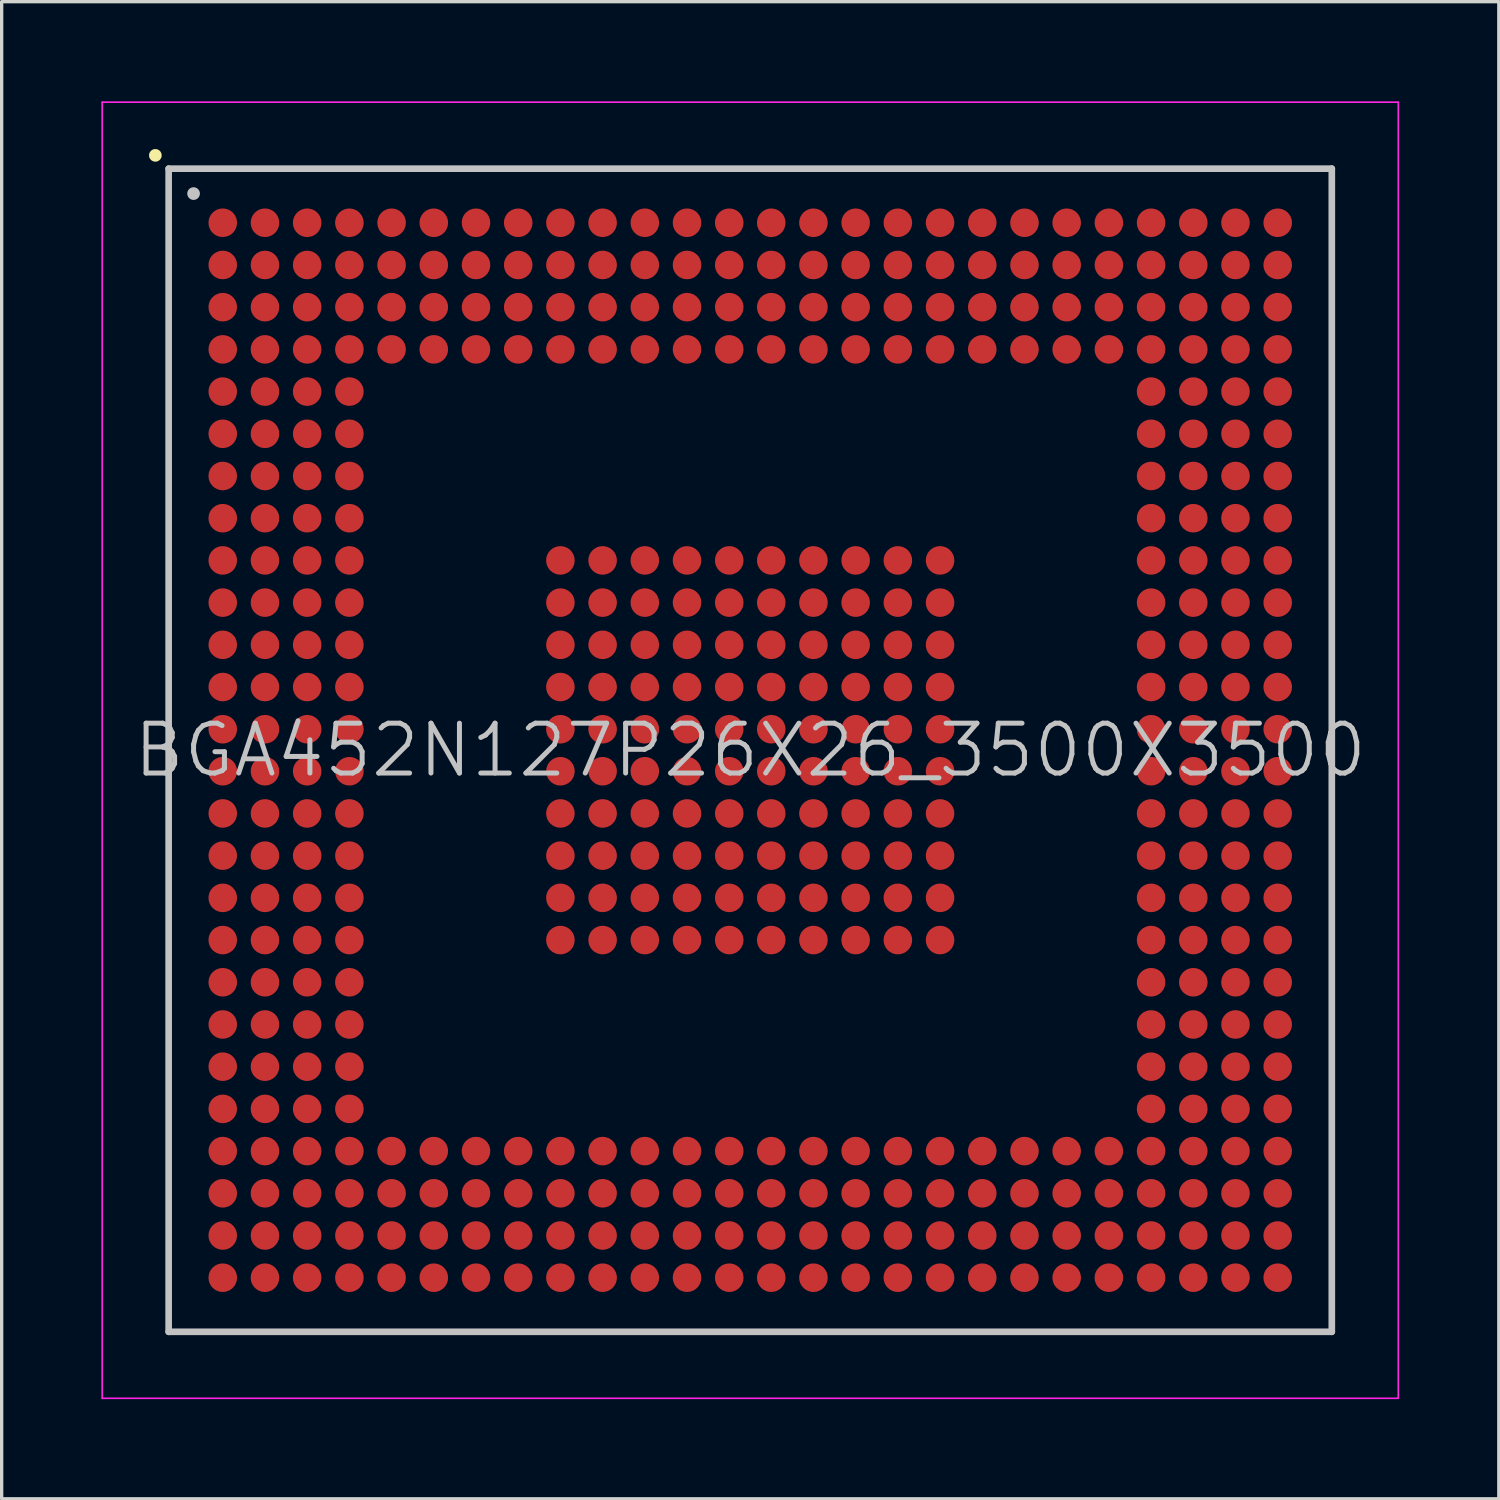
<source format=kicad_pcb>
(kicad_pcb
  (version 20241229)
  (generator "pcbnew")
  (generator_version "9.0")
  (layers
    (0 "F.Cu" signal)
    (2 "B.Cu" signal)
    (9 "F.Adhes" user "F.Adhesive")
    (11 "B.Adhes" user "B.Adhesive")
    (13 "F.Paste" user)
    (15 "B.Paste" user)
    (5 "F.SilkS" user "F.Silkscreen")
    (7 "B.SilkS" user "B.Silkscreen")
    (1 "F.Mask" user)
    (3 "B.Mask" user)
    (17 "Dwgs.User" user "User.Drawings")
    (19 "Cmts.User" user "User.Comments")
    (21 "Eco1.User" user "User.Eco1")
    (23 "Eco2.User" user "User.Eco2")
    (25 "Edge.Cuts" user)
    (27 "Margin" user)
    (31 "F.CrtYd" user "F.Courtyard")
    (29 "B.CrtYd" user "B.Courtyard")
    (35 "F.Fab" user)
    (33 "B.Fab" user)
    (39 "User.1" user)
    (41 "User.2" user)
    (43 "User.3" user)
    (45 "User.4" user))
  (footprint "BGA452N127P26X26_3500X3500"
    (layer "F.Cu")
    (at 19.525 19.525)
    (property "Reference" "BGA452N127P26X26_3500X3500" (at 0 0 0) (layer "Dwgs.User") (effects (font (size 1.5 1.5) (thickness 0.15))))
    (attr smd)
    (fp_line (start -17.9 -17.9) (end -17.9 -17.9) (stroke (width 0.381) (type solid)) (layer "F.SilkS"))
    (fp_line (start -17.5 -17.5) (end -17.5 17.5) (stroke (width 0.2) (type solid)) (layer "Dwgs.User"))
    (fp_line (start -17.5 -17.5) (end 17.5 -17.5) (stroke (width 0.2) (type solid)) (layer "Dwgs.User"))
    (fp_line (start -17.5 17.5) (end 17.5 17.5) (stroke (width 0.2) (type solid)) (layer "Dwgs.User"))
    (fp_line (start -16.75 -16.75) (end -16.75 -16.75) (stroke (width 0.381) (type solid)) (layer "Dwgs.User"))
    (fp_line (start 17.5 -17.5) (end 17.5 17.5) (stroke (width 0.2) (type solid)) (layer "Dwgs.User"))
    (fp_line (start -19.5 -19.5) (end -19.5 19.5) (stroke (width 0.05) (type solid)) (layer "F.CrtYd"))
    (fp_line (start -19.5 -19.5) (end 19.5 -19.5) (stroke (width 0.05) (type solid)) (layer "F.CrtYd"))
    (fp_line (start -19.5 19.5) (end 19.5 19.5) (stroke (width 0.05) (type solid)) (layer "F.CrtYd"))
    (fp_line (start 19.5 -19.5) (end 19.5 19.5) (stroke (width 0.05) (type solid)) (layer "F.CrtYd"))
    (pad "A1" smd circle (at -15.872 -15.872 270) (size 0.86 0.86) (layers "F.Cu" "F.Mask" "F.Paste"))
    (pad "A2" smd circle (at -14.602 -15.872 270) (size 0.86 0.86) (layers "F.Cu" "F.Mask" "F.Paste"))
    (pad "A3" smd circle (at -13.332 -15.872 270) (size 0.86 0.86) (layers "F.Cu" "F.Mask" "F.Paste"))
    (pad "A4" smd circle (at -12.062 -15.872 270) (size 0.86 0.86) (layers "F.Cu" "F.Mask" "F.Paste"))
    (pad "A5" smd circle (at -10.792 -15.872 270) (size 0.86 0.86) (layers "F.Cu" "F.Mask" "F.Paste"))
    (pad "A6" smd circle (at -9.522 -15.872 270) (size 0.86 0.86) (layers "F.Cu" "F.Mask" "F.Paste"))
    (pad "A7" smd circle (at -8.252 -15.872 270) (size 0.86 0.86) (layers "F.Cu" "F.Mask" "F.Paste"))
    (pad "A8" smd circle (at -6.982 -15.872 270) (size 0.86 0.86) (layers "F.Cu" "F.Mask" "F.Paste"))
    (pad "A9" smd circle (at -5.712 -15.872 270) (size 0.86 0.86) (layers "F.Cu" "F.Mask" "F.Paste"))
    (pad "A10" smd circle (at -4.442 -15.872 270) (size 0.86 0.86) (layers "F.Cu" "F.Mask" "F.Paste"))
    (pad "A11" smd circle (at -3.172 -15.872 270) (size 0.86 0.86) (layers "F.Cu" "F.Mask" "F.Paste"))
    (pad "A12" smd circle (at -1.902 -15.872 270) (size 0.86 0.86) (layers "F.Cu" "F.Mask" "F.Paste"))
    (pad "A13" smd circle (at -0.632 -15.872 270) (size 0.86 0.86) (layers "F.Cu" "F.Mask" "F.Paste"))
    (pad "A14" smd circle (at 0.632 -15.872 270) (size 0.86 0.86) (layers "F.Cu" "F.Mask" "F.Paste"))
    (pad "A15" smd circle (at 1.902 -15.872 270) (size 0.86 0.86) (layers "F.Cu" "F.Mask" "F.Paste"))
    (pad "A16" smd circle (at 3.172 -15.872 270) (size 0.86 0.86) (layers "F.Cu" "F.Mask" "F.Paste"))
    (pad "A17" smd circle (at 4.442 -15.872 270) (size 0.86 0.86) (layers "F.Cu" "F.Mask" "F.Paste"))
    (pad "A18" smd circle (at 5.712 -15.872 270) (size 0.86 0.86) (layers "F.Cu" "F.Mask" "F.Paste"))
    (pad "A19" smd circle (at 6.982 -15.872 270) (size 0.86 0.86) (layers "F.Cu" "F.Mask" "F.Paste"))
    (pad "A20" smd circle (at 8.252 -15.872 270) (size 0.86 0.86) (layers "F.Cu" "F.Mask" "F.Paste"))
    (pad "A21" smd circle (at 9.522 -15.872 270) (size 0.86 0.86) (layers "F.Cu" "F.Mask" "F.Paste"))
    (pad "A22" smd circle (at 10.792 -15.872 270) (size 0.86 0.86) (layers "F.Cu" "F.Mask" "F.Paste"))
    (pad "A23" smd circle (at 12.062 -15.872 270) (size 0.86 0.86) (layers "F.Cu" "F.Mask" "F.Paste"))
    (pad "A24" smd circle (at 13.332 -15.872 270) (size 0.86 0.86) (layers "F.Cu" "F.Mask" "F.Paste"))
    (pad "A25" smd circle (at 14.602 -15.872 270) (size 0.86 0.86) (layers "F.Cu" "F.Mask" "F.Paste"))
    (pad "A26" smd circle (at 15.872 -15.872 270) (size 0.86 0.86) (layers "F.Cu" "F.Mask" "F.Paste"))
    (pad "AA1" smd circle (at -15.872 9.522 270) (size 0.86 0.86) (layers "F.Cu" "F.Mask" "F.Paste"))
    (pad "AA2" smd circle (at -14.602 9.522 270) (size 0.86 0.86) (layers "F.Cu" "F.Mask" "F.Paste"))
    (pad "AA3" smd circle (at -13.332 9.522 270) (size 0.86 0.86) (layers "F.Cu" "F.Mask" "F.Paste"))
    (pad "AA4" smd circle (at -12.062 9.522 270) (size 0.86 0.86) (layers "F.Cu" "F.Mask" "F.Paste"))
    (pad "AA23" smd circle (at 12.062 9.522 270) (size 0.86 0.86) (layers "F.Cu" "F.Mask" "F.Paste"))
    (pad "AA24" smd circle (at 13.332 9.522 270) (size 0.86 0.86) (layers "F.Cu" "F.Mask" "F.Paste"))
    (pad "AA25" smd circle (at 14.602 9.522 270) (size 0.86 0.86) (layers "F.Cu" "F.Mask" "F.Paste"))
    (pad "AA26" smd circle (at 15.872 9.522 270) (size 0.86 0.86) (layers "F.Cu" "F.Mask" "F.Paste"))
    (pad "AB1" smd circle (at -15.872 10.792 270) (size 0.86 0.86) (layers "F.Cu" "F.Mask" "F.Paste"))
    (pad "AB2" smd circle (at -14.602 10.792 270) (size 0.86 0.86) (layers "F.Cu" "F.Mask" "F.Paste"))
    (pad "AB3" smd circle (at -13.332 10.792 270) (size 0.86 0.86) (layers "F.Cu" "F.Mask" "F.Paste"))
    (pad "AB4" smd circle (at -12.062 10.792 270) (size 0.86 0.86) (layers "F.Cu" "F.Mask" "F.Paste"))
    (pad "AB23" smd circle (at 12.062 10.792 270) (size 0.86 0.86) (layers "F.Cu" "F.Mask" "F.Paste"))
    (pad "AB24" smd circle (at 13.332 10.792 270) (size 0.86 0.86) (layers "F.Cu" "F.Mask" "F.Paste"))
    (pad "AB25" smd circle (at 14.602 10.792 270) (size 0.86 0.86) (layers "F.Cu" "F.Mask" "F.Paste"))
    (pad "AB26" smd circle (at 15.872 10.792 270) (size 0.86 0.86) (layers "F.Cu" "F.Mask" "F.Paste"))
    (pad "AC1" smd circle (at -15.872 12.062 270) (size 0.86 0.86) (layers "F.Cu" "F.Mask" "F.Paste"))
    (pad "AC2" smd circle (at -14.602 12.062 270) (size 0.86 0.86) (layers "F.Cu" "F.Mask" "F.Paste"))
    (pad "AC3" smd circle (at -13.332 12.062 270) (size 0.86 0.86) (layers "F.Cu" "F.Mask" "F.Paste"))
    (pad "AC4" smd circle (at -12.062 12.062 270) (size 0.86 0.86) (layers "F.Cu" "F.Mask" "F.Paste"))
    (pad "AC5" smd circle (at -10.792 12.062 270) (size 0.86 0.86) (layers "F.Cu" "F.Mask" "F.Paste"))
    (pad "AC6" smd circle (at -9.522 12.062 270) (size 0.86 0.86) (layers "F.Cu" "F.Mask" "F.Paste"))
    (pad "AC7" smd circle (at -8.252 12.062 270) (size 0.86 0.86) (layers "F.Cu" "F.Mask" "F.Paste"))
    (pad "AC8" smd circle (at -6.982 12.062 270) (size 0.86 0.86) (layers "F.Cu" "F.Mask" "F.Paste"))
    (pad "AC9" smd circle (at -5.712 12.062 270) (size 0.86 0.86) (layers "F.Cu" "F.Mask" "F.Paste"))
    (pad "AC10" smd circle (at -4.442 12.062 270) (size 0.86 0.86) (layers "F.Cu" "F.Mask" "F.Paste"))
    (pad "AC11" smd circle (at -3.172 12.062 270) (size 0.86 0.86) (layers "F.Cu" "F.Mask" "F.Paste"))
    (pad "AC12" smd circle (at -1.902 12.062 270) (size 0.86 0.86) (layers "F.Cu" "F.Mask" "F.Paste"))
    (pad "AC13" smd circle (at -0.632 12.062 270) (size 0.86 0.86) (layers "F.Cu" "F.Mask" "F.Paste"))
    (pad "AC14" smd circle (at 0.632 12.062 270) (size 0.86 0.86) (layers "F.Cu" "F.Mask" "F.Paste"))
    (pad "AC15" smd circle (at 1.902 12.062 270) (size 0.86 0.86) (layers "F.Cu" "F.Mask" "F.Paste"))
    (pad "AC16" smd circle (at 3.172 12.062 270) (size 0.86 0.86) (layers "F.Cu" "F.Mask" "F.Paste"))
    (pad "AC17" smd circle (at 4.442 12.062 270) (size 0.86 0.86) (layers "F.Cu" "F.Mask" "F.Paste"))
    (pad "AC18" smd circle (at 5.712 12.062 270) (size 0.86 0.86) (layers "F.Cu" "F.Mask" "F.Paste"))
    (pad "AC19" smd circle (at 6.982 12.062 270) (size 0.86 0.86) (layers "F.Cu" "F.Mask" "F.Paste"))
    (pad "AC20" smd circle (at 8.252 12.062 270) (size 0.86 0.86) (layers "F.Cu" "F.Mask" "F.Paste"))
    (pad "AC21" smd circle (at 9.522 12.062 270) (size 0.86 0.86) (layers "F.Cu" "F.Mask" "F.Paste"))
    (pad "AC22" smd circle (at 10.792 12.062 270) (size 0.86 0.86) (layers "F.Cu" "F.Mask" "F.Paste"))
    (pad "AC23" smd circle (at 12.062 12.062 270) (size 0.86 0.86) (layers "F.Cu" "F.Mask" "F.Paste"))
    (pad "AC24" smd circle (at 13.332 12.062 270) (size 0.86 0.86) (layers "F.Cu" "F.Mask" "F.Paste"))
    (pad "AC25" smd circle (at 14.602 12.062 270) (size 0.86 0.86) (layers "F.Cu" "F.Mask" "F.Paste"))
    (pad "AC26" smd circle (at 15.872 12.062 270) (size 0.86 0.86) (layers "F.Cu" "F.Mask" "F.Paste"))
    (pad "AD1" smd circle (at -15.872 13.332 270) (size 0.86 0.86) (layers "F.Cu" "F.Mask" "F.Paste"))
    (pad "AD2" smd circle (at -14.602 13.332 270) (size 0.86 0.86) (layers "F.Cu" "F.Mask" "F.Paste"))
    (pad "AD3" smd circle (at -13.332 13.332 270) (size 0.86 0.86) (layers "F.Cu" "F.Mask" "F.Paste"))
    (pad "AD4" smd circle (at -12.062 13.332 270) (size 0.86 0.86) (layers "F.Cu" "F.Mask" "F.Paste"))
    (pad "AD5" smd circle (at -10.792 13.332 270) (size 0.86 0.86) (layers "F.Cu" "F.Mask" "F.Paste"))
    (pad "AD6" smd circle (at -9.522 13.332 270) (size 0.86 0.86) (layers "F.Cu" "F.Mask" "F.Paste"))
    (pad "AD7" smd circle (at -8.252 13.332 270) (size 0.86 0.86) (layers "F.Cu" "F.Mask" "F.Paste"))
    (pad "AD8" smd circle (at -6.982 13.332 270) (size 0.86 0.86) (layers "F.Cu" "F.Mask" "F.Paste"))
    (pad "AD9" smd circle (at -5.712 13.332 270) (size 0.86 0.86) (layers "F.Cu" "F.Mask" "F.Paste"))
    (pad "AD10" smd circle (at -4.442 13.332 270) (size 0.86 0.86) (layers "F.Cu" "F.Mask" "F.Paste"))
    (pad "AD11" smd circle (at -3.172 13.332 270) (size 0.86 0.86) (layers "F.Cu" "F.Mask" "F.Paste"))
    (pad "AD12" smd circle (at -1.902 13.332 270) (size 0.86 0.86) (layers "F.Cu" "F.Mask" "F.Paste"))
    (pad "AD13" smd circle (at -0.632 13.332 270) (size 0.86 0.86) (layers "F.Cu" "F.Mask" "F.Paste"))
    (pad "AD14" smd circle (at 0.632 13.332 270) (size 0.86 0.86) (layers "F.Cu" "F.Mask" "F.Paste"))
    (pad "AD15" smd circle (at 1.902 13.332 270) (size 0.86 0.86) (layers "F.Cu" "F.Mask" "F.Paste"))
    (pad "AD16" smd circle (at 3.172 13.332 270) (size 0.86 0.86) (layers "F.Cu" "F.Mask" "F.Paste"))
    (pad "AD17" smd circle (at 4.442 13.332 270) (size 0.86 0.86) (layers "F.Cu" "F.Mask" "F.Paste"))
    (pad "AD18" smd circle (at 5.712 13.332 270) (size 0.86 0.86) (layers "F.Cu" "F.Mask" "F.Paste"))
    (pad "AD19" smd circle (at 6.982 13.332 270) (size 0.86 0.86) (layers "F.Cu" "F.Mask" "F.Paste"))
    (pad "AD20" smd circle (at 8.252 13.332 270) (size 0.86 0.86) (layers "F.Cu" "F.Mask" "F.Paste"))
    (pad "AD21" smd circle (at 9.522 13.332 270) (size 0.86 0.86) (layers "F.Cu" "F.Mask" "F.Paste"))
    (pad "AD22" smd circle (at 10.792 13.332 270) (size 0.86 0.86) (layers "F.Cu" "F.Mask" "F.Paste"))
    (pad "AD23" smd circle (at 12.062 13.332 270) (size 0.86 0.86) (layers "F.Cu" "F.Mask" "F.Paste"))
    (pad "AD24" smd circle (at 13.332 13.332 270) (size 0.86 0.86) (layers "F.Cu" "F.Mask" "F.Paste"))
    (pad "AD25" smd circle (at 14.602 13.332 270) (size 0.86 0.86) (layers "F.Cu" "F.Mask" "F.Paste"))
    (pad "AD26" smd circle (at 15.872 13.332 270) (size 0.86 0.86) (layers "F.Cu" "F.Mask" "F.Paste"))
    (pad "AE1" smd circle (at -15.872 14.602 270) (size 0.86 0.86) (layers "F.Cu" "F.Mask" "F.Paste"))
    (pad "AE2" smd circle (at -14.602 14.602 270) (size 0.86 0.86) (layers "F.Cu" "F.Mask" "F.Paste"))
    (pad "AE3" smd circle (at -13.332 14.602 270) (size 0.86 0.86) (layers "F.Cu" "F.Mask" "F.Paste"))
    (pad "AE4" smd circle (at -12.062 14.602 270) (size 0.86 0.86) (layers "F.Cu" "F.Mask" "F.Paste"))
    (pad "AE5" smd circle (at -10.792 14.602 270) (size 0.86 0.86) (layers "F.Cu" "F.Mask" "F.Paste"))
    (pad "AE6" smd circle (at -9.522 14.602 270) (size 0.86 0.86) (layers "F.Cu" "F.Mask" "F.Paste"))
    (pad "AE7" smd circle (at -8.252 14.602 270) (size 0.86 0.86) (layers "F.Cu" "F.Mask" "F.Paste"))
    (pad "AE8" smd circle (at -6.982 14.602 270) (size 0.86 0.86) (layers "F.Cu" "F.Mask" "F.Paste"))
    (pad "AE9" smd circle (at -5.712 14.602 270) (size 0.86 0.86) (layers "F.Cu" "F.Mask" "F.Paste"))
    (pad "AE10" smd circle (at -4.442 14.602 270) (size 0.86 0.86) (layers "F.Cu" "F.Mask" "F.Paste"))
    (pad "AE11" smd circle (at -3.172 14.602 270) (size 0.86 0.86) (layers "F.Cu" "F.Mask" "F.Paste"))
    (pad "AE12" smd circle (at -1.902 14.602 270) (size 0.86 0.86) (layers "F.Cu" "F.Mask" "F.Paste"))
    (pad "AE13" smd circle (at -0.632 14.602 270) (size 0.86 0.86) (layers "F.Cu" "F.Mask" "F.Paste"))
    (pad "AE14" smd circle (at 0.632 14.602 270) (size 0.86 0.86) (layers "F.Cu" "F.Mask" "F.Paste"))
    (pad "AE15" smd circle (at 1.902 14.602 270) (size 0.86 0.86) (layers "F.Cu" "F.Mask" "F.Paste"))
    (pad "AE16" smd circle (at 3.172 14.602 270) (size 0.86 0.86) (layers "F.Cu" "F.Mask" "F.Paste"))
    (pad "AE17" smd circle (at 4.442 14.602 270) (size 0.86 0.86) (layers "F.Cu" "F.Mask" "F.Paste"))
    (pad "AE18" smd circle (at 5.712 14.602 270) (size 0.86 0.86) (layers "F.Cu" "F.Mask" "F.Paste"))
    (pad "AE19" smd circle (at 6.982 14.602 270) (size 0.86 0.86) (layers "F.Cu" "F.Mask" "F.Paste"))
    (pad "AE20" smd circle (at 8.252 14.602 270) (size 0.86 0.86) (layers "F.Cu" "F.Mask" "F.Paste"))
    (pad "AE21" smd circle (at 9.522 14.602 270) (size 0.86 0.86) (layers "F.Cu" "F.Mask" "F.Paste"))
    (pad "AE22" smd circle (at 10.792 14.602 270) (size 0.86 0.86) (layers "F.Cu" "F.Mask" "F.Paste"))
    (pad "AE23" smd circle (at 12.062 14.602 270) (size 0.86 0.86) (layers "F.Cu" "F.Mask" "F.Paste"))
    (pad "AE24" smd circle (at 13.332 14.602 270) (size 0.86 0.86) (layers "F.Cu" "F.Mask" "F.Paste"))
    (pad "AE25" smd circle (at 14.602 14.602 270) (size 0.86 0.86) (layers "F.Cu" "F.Mask" "F.Paste"))
    (pad "AE26" smd circle (at 15.872 14.602 270) (size 0.86 0.86) (layers "F.Cu" "F.Mask" "F.Paste"))
    (pad "AF1" smd circle (at -15.872 15.872 270) (size 0.86 0.86) (layers "F.Cu" "F.Mask" "F.Paste"))
    (pad "AF2" smd circle (at -14.602 15.872 270) (size 0.86 0.86) (layers "F.Cu" "F.Mask" "F.Paste"))
    (pad "AF3" smd circle (at -13.332 15.872 270) (size 0.86 0.86) (layers "F.Cu" "F.Mask" "F.Paste"))
    (pad "AF4" smd circle (at -12.062 15.872 270) (size 0.86 0.86) (layers "F.Cu" "F.Mask" "F.Paste"))
    (pad "AF5" smd circle (at -10.792 15.872 270) (size 0.86 0.86) (layers "F.Cu" "F.Mask" "F.Paste"))
    (pad "AF6" smd circle (at -9.522 15.872 270) (size 0.86 0.86) (layers "F.Cu" "F.Mask" "F.Paste"))
    (pad "AF7" smd circle (at -8.252 15.872 270) (size 0.86 0.86) (layers "F.Cu" "F.Mask" "F.Paste"))
    (pad "AF8" smd circle (at -6.982 15.872 270) (size 0.86 0.86) (layers "F.Cu" "F.Mask" "F.Paste"))
    (pad "AF9" smd circle (at -5.712 15.872 270) (size 0.86 0.86) (layers "F.Cu" "F.Mask" "F.Paste"))
    (pad "AF10" smd circle (at -4.442 15.872 270) (size 0.86 0.86) (layers "F.Cu" "F.Mask" "F.Paste"))
    (pad "AF11" smd circle (at -3.172 15.872 270) (size 0.86 0.86) (layers "F.Cu" "F.Mask" "F.Paste"))
    (pad "AF12" smd circle (at -1.902 15.872 270) (size 0.86 0.86) (layers "F.Cu" "F.Mask" "F.Paste"))
    (pad "AF13" smd circle (at -0.632 15.872 270) (size 0.86 0.86) (layers "F.Cu" "F.Mask" "F.Paste"))
    (pad "AF14" smd circle (at 0.632 15.872 270) (size 0.86 0.86) (layers "F.Cu" "F.Mask" "F.Paste"))
    (pad "AF15" smd circle (at 1.902 15.872 270) (size 0.86 0.86) (layers "F.Cu" "F.Mask" "F.Paste"))
    (pad "AF16" smd circle (at 3.172 15.872 270) (size 0.86 0.86) (layers "F.Cu" "F.Mask" "F.Paste"))
    (pad "AF17" smd circle (at 4.442 15.872 270) (size 0.86 0.86) (layers "F.Cu" "F.Mask" "F.Paste"))
    (pad "AF18" smd circle (at 5.712 15.872 270) (size 0.86 0.86) (layers "F.Cu" "F.Mask" "F.Paste"))
    (pad "AF19" smd circle (at 6.982 15.872 270) (size 0.86 0.86) (layers "F.Cu" "F.Mask" "F.Paste"))
    (pad "AF20" smd circle (at 8.252 15.872 270) (size 0.86 0.86) (layers "F.Cu" "F.Mask" "F.Paste"))
    (pad "AF21" smd circle (at 9.522 15.872 270) (size 0.86 0.86) (layers "F.Cu" "F.Mask" "F.Paste"))
    (pad "AF22" smd circle (at 10.792 15.872 270) (size 0.86 0.86) (layers "F.Cu" "F.Mask" "F.Paste"))
    (pad "AF23" smd circle (at 12.062 15.872 270) (size 0.86 0.86) (layers "F.Cu" "F.Mask" "F.Paste"))
    (pad "AF24" smd circle (at 13.332 15.872 270) (size 0.86 0.86) (layers "F.Cu" "F.Mask" "F.Paste"))
    (pad "AF25" smd circle (at 14.602 15.872 270) (size 0.86 0.86) (layers "F.Cu" "F.Mask" "F.Paste"))
    (pad "AF26" smd circle (at 15.872 15.872 270) (size 0.86 0.86) (layers "F.Cu" "F.Mask" "F.Paste"))
    (pad "B1" smd circle (at -15.872 -14.602 270) (size 0.86 0.86) (layers "F.Cu" "F.Mask" "F.Paste"))
    (pad "B2" smd circle (at -14.602 -14.602 270) (size 0.86 0.86) (layers "F.Cu" "F.Mask" "F.Paste"))
    (pad "B3" smd circle (at -13.332 -14.602 270) (size 0.86 0.86) (layers "F.Cu" "F.Mask" "F.Paste"))
    (pad "B4" smd circle (at -12.062 -14.602 270) (size 0.86 0.86) (layers "F.Cu" "F.Mask" "F.Paste"))
    (pad "B5" smd circle (at -10.792 -14.602 270) (size 0.86 0.86) (layers "F.Cu" "F.Mask" "F.Paste"))
    (pad "B6" smd circle (at -9.522 -14.602 270) (size 0.86 0.86) (layers "F.Cu" "F.Mask" "F.Paste"))
    (pad "B7" smd circle (at -8.252 -14.602 270) (size 0.86 0.86) (layers "F.Cu" "F.Mask" "F.Paste"))
    (pad "B8" smd circle (at -6.982 -14.602 270) (size 0.86 0.86) (layers "F.Cu" "F.Mask" "F.Paste"))
    (pad "B9" smd circle (at -5.712 -14.602 270) (size 0.86 0.86) (layers "F.Cu" "F.Mask" "F.Paste"))
    (pad "B10" smd circle (at -4.442 -14.602 270) (size 0.86 0.86) (layers "F.Cu" "F.Mask" "F.Paste"))
    (pad "B11" smd circle (at -3.172 -14.602 270) (size 0.86 0.86) (layers "F.Cu" "F.Mask" "F.Paste"))
    (pad "B12" smd circle (at -1.902 -14.602 270) (size 0.86 0.86) (layers "F.Cu" "F.Mask" "F.Paste"))
    (pad "B13" smd circle (at -0.632 -14.602 270) (size 0.86 0.86) (layers "F.Cu" "F.Mask" "F.Paste"))
    (pad "B14" smd circle (at 0.632 -14.602 270) (size 0.86 0.86) (layers "F.Cu" "F.Mask" "F.Paste"))
    (pad "B15" smd circle (at 1.902 -14.602 270) (size 0.86 0.86) (layers "F.Cu" "F.Mask" "F.Paste"))
    (pad "B16" smd circle (at 3.172 -14.602 270) (size 0.86 0.86) (layers "F.Cu" "F.Mask" "F.Paste"))
    (pad "B17" smd circle (at 4.442 -14.602 270) (size 0.86 0.86) (layers "F.Cu" "F.Mask" "F.Paste"))
    (pad "B18" smd circle (at 5.712 -14.602 270) (size 0.86 0.86) (layers "F.Cu" "F.Mask" "F.Paste"))
    (pad "B19" smd circle (at 6.982 -14.602 270) (size 0.86 0.86) (layers "F.Cu" "F.Mask" "F.Paste"))
    (pad "B20" smd circle (at 8.252 -14.602 270) (size 0.86 0.86) (layers "F.Cu" "F.Mask" "F.Paste"))
    (pad "B21" smd circle (at 9.522 -14.602 270) (size 0.86 0.86) (layers "F.Cu" "F.Mask" "F.Paste"))
    (pad "B22" smd circle (at 10.792 -14.602 270) (size 0.86 0.86) (layers "F.Cu" "F.Mask" "F.Paste"))
    (pad "B23" smd circle (at 12.062 -14.602 270) (size 0.86 0.86) (layers "F.Cu" "F.Mask" "F.Paste"))
    (pad "B24" smd circle (at 13.332 -14.602 270) (size 0.86 0.86) (layers "F.Cu" "F.Mask" "F.Paste"))
    (pad "B25" smd circle (at 14.602 -14.602 270) (size 0.86 0.86) (layers "F.Cu" "F.Mask" "F.Paste"))
    (pad "B26" smd circle (at 15.872 -14.602 270) (size 0.86 0.86) (layers "F.Cu" "F.Mask" "F.Paste"))
    (pad "C1" smd circle (at -15.872 -13.332 270) (size 0.86 0.86) (layers "F.Cu" "F.Mask" "F.Paste"))
    (pad "C2" smd circle (at -14.602 -13.332 270) (size 0.86 0.86) (layers "F.Cu" "F.Mask" "F.Paste"))
    (pad "C3" smd circle (at -13.332 -13.332 270) (size 0.86 0.86) (layers "F.Cu" "F.Mask" "F.Paste"))
    (pad "C4" smd circle (at -12.062 -13.332 270) (size 0.86 0.86) (layers "F.Cu" "F.Mask" "F.Paste"))
    (pad "C5" smd circle (at -10.792 -13.332 270) (size 0.86 0.86) (layers "F.Cu" "F.Mask" "F.Paste"))
    (pad "C6" smd circle (at -9.522 -13.332 270) (size 0.86 0.86) (layers "F.Cu" "F.Mask" "F.Paste"))
    (pad "C7" smd circle (at -8.252 -13.332 270) (size 0.86 0.86) (layers "F.Cu" "F.Mask" "F.Paste"))
    (pad "C8" smd circle (at -6.982 -13.332 270) (size 0.86 0.86) (layers "F.Cu" "F.Mask" "F.Paste"))
    (pad "C9" smd circle (at -5.712 -13.332 270) (size 0.86 0.86) (layers "F.Cu" "F.Mask" "F.Paste"))
    (pad "C10" smd circle (at -4.442 -13.332 270) (size 0.86 0.86) (layers "F.Cu" "F.Mask" "F.Paste"))
    (pad "C11" smd circle (at -3.172 -13.332 270) (size 0.86 0.86) (layers "F.Cu" "F.Mask" "F.Paste"))
    (pad "C12" smd circle (at -1.902 -13.332 270) (size 0.86 0.86) (layers "F.Cu" "F.Mask" "F.Paste"))
    (pad "C13" smd circle (at -0.632 -13.332 270) (size 0.86 0.86) (layers "F.Cu" "F.Mask" "F.Paste"))
    (pad "C14" smd circle (at 0.632 -13.332 270) (size 0.86 0.86) (layers "F.Cu" "F.Mask" "F.Paste"))
    (pad "C15" smd circle (at 1.902 -13.332 270) (size 0.86 0.86) (layers "F.Cu" "F.Mask" "F.Paste"))
    (pad "C16" smd circle (at 3.172 -13.332 270) (size 0.86 0.86) (layers "F.Cu" "F.Mask" "F.Paste"))
    (pad "C17" smd circle (at 4.442 -13.332 270) (size 0.86 0.86) (layers "F.Cu" "F.Mask" "F.Paste"))
    (pad "C18" smd circle (at 5.712 -13.332 270) (size 0.86 0.86) (layers "F.Cu" "F.Mask" "F.Paste"))
    (pad "C19" smd circle (at 6.982 -13.332 270) (size 0.86 0.86) (layers "F.Cu" "F.Mask" "F.Paste"))
    (pad "C20" smd circle (at 8.252 -13.332 270) (size 0.86 0.86) (layers "F.Cu" "F.Mask" "F.Paste"))
    (pad "C21" smd circle (at 9.522 -13.332 270) (size 0.86 0.86) (layers "F.Cu" "F.Mask" "F.Paste"))
    (pad "C22" smd circle (at 10.792 -13.332 270) (size 0.86 0.86) (layers "F.Cu" "F.Mask" "F.Paste"))
    (pad "C23" smd circle (at 12.062 -13.332 270) (size 0.86 0.86) (layers "F.Cu" "F.Mask" "F.Paste"))
    (pad "C24" smd circle (at 13.332 -13.332 270) (size 0.86 0.86) (layers "F.Cu" "F.Mask" "F.Paste"))
    (pad "C25" smd circle (at 14.602 -13.332 270) (size 0.86 0.86) (layers "F.Cu" "F.Mask" "F.Paste"))
    (pad "C26" smd circle (at 15.872 -13.332 270) (size 0.86 0.86) (layers "F.Cu" "F.Mask" "F.Paste"))
    (pad "D1" smd circle (at -15.872 -12.062 270) (size 0.86 0.86) (layers "F.Cu" "F.Mask" "F.Paste"))
    (pad "D2" smd circle (at -14.602 -12.062 270) (size 0.86 0.86) (layers "F.Cu" "F.Mask" "F.Paste"))
    (pad "D3" smd circle (at -13.332 -12.062 270) (size 0.86 0.86) (layers "F.Cu" "F.Mask" "F.Paste"))
    (pad "D4" smd circle (at -12.062 -12.062 270) (size 0.86 0.86) (layers "F.Cu" "F.Mask" "F.Paste"))
    (pad "D5" smd circle (at -10.792 -12.062 270) (size 0.86 0.86) (layers "F.Cu" "F.Mask" "F.Paste"))
    (pad "D6" smd circle (at -9.522 -12.062 270) (size 0.86 0.86) (layers "F.Cu" "F.Mask" "F.Paste"))
    (pad "D7" smd circle (at -8.252 -12.062 270) (size 0.86 0.86) (layers "F.Cu" "F.Mask" "F.Paste"))
    (pad "D8" smd circle (at -6.982 -12.062 270) (size 0.86 0.86) (layers "F.Cu" "F.Mask" "F.Paste"))
    (pad "D9" smd circle (at -5.712 -12.062 270) (size 0.86 0.86) (layers "F.Cu" "F.Mask" "F.Paste"))
    (pad "D10" smd circle (at -4.442 -12.062 270) (size 0.86 0.86) (layers "F.Cu" "F.Mask" "F.Paste"))
    (pad "D11" smd circle (at -3.172 -12.062 270) (size 0.86 0.86) (layers "F.Cu" "F.Mask" "F.Paste"))
    (pad "D12" smd circle (at -1.902 -12.062 270) (size 0.86 0.86) (layers "F.Cu" "F.Mask" "F.Paste"))
    (pad "D13" smd circle (at -0.632 -12.062 270) (size 0.86 0.86) (layers "F.Cu" "F.Mask" "F.Paste"))
    (pad "D14" smd circle (at 0.632 -12.062 270) (size 0.86 0.86) (layers "F.Cu" "F.Mask" "F.Paste"))
    (pad "D15" smd circle (at 1.902 -12.062 270) (size 0.86 0.86) (layers "F.Cu" "F.Mask" "F.Paste"))
    (pad "D16" smd circle (at 3.172 -12.062 270) (size 0.86 0.86) (layers "F.Cu" "F.Mask" "F.Paste"))
    (pad "D17" smd circle (at 4.442 -12.062 270) (size 0.86 0.86) (layers "F.Cu" "F.Mask" "F.Paste"))
    (pad "D18" smd circle (at 5.712 -12.062 270) (size 0.86 0.86) (layers "F.Cu" "F.Mask" "F.Paste"))
    (pad "D19" smd circle (at 6.982 -12.062 270) (size 0.86 0.86) (layers "F.Cu" "F.Mask" "F.Paste"))
    (pad "D20" smd circle (at 8.252 -12.062 270) (size 0.86 0.86) (layers "F.Cu" "F.Mask" "F.Paste"))
    (pad "D21" smd circle (at 9.522 -12.062 270) (size 0.86 0.86) (layers "F.Cu" "F.Mask" "F.Paste"))
    (pad "D22" smd circle (at 10.792 -12.062 270) (size 0.86 0.86) (layers "F.Cu" "F.Mask" "F.Paste"))
    (pad "D23" smd circle (at 12.062 -12.062 270) (size 0.86 0.86) (layers "F.Cu" "F.Mask" "F.Paste"))
    (pad "D24" smd circle (at 13.332 -12.062 270) (size 0.86 0.86) (layers "F.Cu" "F.Mask" "F.Paste"))
    (pad "D25" smd circle (at 14.602 -12.062 270) (size 0.86 0.86) (layers "F.Cu" "F.Mask" "F.Paste"))
    (pad "D26" smd circle (at 15.872 -12.062 270) (size 0.86 0.86) (layers "F.Cu" "F.Mask" "F.Paste"))
    (pad "E1" smd circle (at -15.872 -10.792 270) (size 0.86 0.86) (layers "F.Cu" "F.Mask" "F.Paste"))
    (pad "E2" smd circle (at -14.602 -10.792 270) (size 0.86 0.86) (layers "F.Cu" "F.Mask" "F.Paste"))
    (pad "E3" smd circle (at -13.332 -10.792 270) (size 0.86 0.86) (layers "F.Cu" "F.Mask" "F.Paste"))
    (pad "E4" smd circle (at -12.062 -10.792 270) (size 0.86 0.86) (layers "F.Cu" "F.Mask" "F.Paste"))
    (pad "E23" smd circle (at 12.062 -10.792 270) (size 0.86 0.86) (layers "F.Cu" "F.Mask" "F.Paste"))
    (pad "E24" smd circle (at 13.332 -10.792 270) (size 0.86 0.86) (layers "F.Cu" "F.Mask" "F.Paste"))
    (pad "E25" smd circle (at 14.602 -10.792 270) (size 0.86 0.86) (layers "F.Cu" "F.Mask" "F.Paste"))
    (pad "E26" smd circle (at 15.872 -10.792 270) (size 0.86 0.86) (layers "F.Cu" "F.Mask" "F.Paste"))
    (pad "F1" smd circle (at -15.872 -9.522 270) (size 0.86 0.86) (layers "F.Cu" "F.Mask" "F.Paste"))
    (pad "F2" smd circle (at -14.602 -9.522 270) (size 0.86 0.86) (layers "F.Cu" "F.Mask" "F.Paste"))
    (pad "F3" smd circle (at -13.332 -9.522 270) (size 0.86 0.86) (layers "F.Cu" "F.Mask" "F.Paste"))
    (pad "F4" smd circle (at -12.062 -9.522 270) (size 0.86 0.86) (layers "F.Cu" "F.Mask" "F.Paste"))
    (pad "F23" smd circle (at 12.062 -9.522 270) (size 0.86 0.86) (layers "F.Cu" "F.Mask" "F.Paste"))
    (pad "F24" smd circle (at 13.332 -9.522 270) (size 0.86 0.86) (layers "F.Cu" "F.Mask" "F.Paste"))
    (pad "F25" smd circle (at 14.602 -9.522 270) (size 0.86 0.86) (layers "F.Cu" "F.Mask" "F.Paste"))
    (pad "F26" smd circle (at 15.872 -9.522 270) (size 0.86 0.86) (layers "F.Cu" "F.Mask" "F.Paste"))
    (pad "G1" smd circle (at -15.872 -8.252 270) (size 0.86 0.86) (layers "F.Cu" "F.Mask" "F.Paste"))
    (pad "G2" smd circle (at -14.602 -8.252 270) (size 0.86 0.86) (layers "F.Cu" "F.Mask" "F.Paste"))
    (pad "G3" smd circle (at -13.332 -8.252 270) (size 0.86 0.86) (layers "F.Cu" "F.Mask" "F.Paste"))
    (pad "G4" smd circle (at -12.062 -8.252 270) (size 0.86 0.86) (layers "F.Cu" "F.Mask" "F.Paste"))
    (pad "G23" smd circle (at 12.062 -8.252 270) (size 0.86 0.86) (layers "F.Cu" "F.Mask" "F.Paste"))
    (pad "G24" smd circle (at 13.332 -8.252 270) (size 0.86 0.86) (layers "F.Cu" "F.Mask" "F.Paste"))
    (pad "G25" smd circle (at 14.602 -8.252 270) (size 0.86 0.86) (layers "F.Cu" "F.Mask" "F.Paste"))
    (pad "G26" smd circle (at 15.872 -8.252 270) (size 0.86 0.86) (layers "F.Cu" "F.Mask" "F.Paste"))
    (pad "H1" smd circle (at -15.872 -6.982 270) (size 0.86 0.86) (layers "F.Cu" "F.Mask" "F.Paste"))
    (pad "H2" smd circle (at -14.602 -6.982 270) (size 0.86 0.86) (layers "F.Cu" "F.Mask" "F.Paste"))
    (pad "H3" smd circle (at -13.332 -6.982 270) (size 0.86 0.86) (layers "F.Cu" "F.Mask" "F.Paste"))
    (pad "H4" smd circle (at -12.062 -6.982 270) (size 0.86 0.86) (layers "F.Cu" "F.Mask" "F.Paste"))
    (pad "H23" smd circle (at 12.062 -6.982 270) (size 0.86 0.86) (layers "F.Cu" "F.Mask" "F.Paste"))
    (pad "H24" smd circle (at 13.332 -6.982 270) (size 0.86 0.86) (layers "F.Cu" "F.Mask" "F.Paste"))
    (pad "H25" smd circle (at 14.602 -6.982 270) (size 0.86 0.86) (layers "F.Cu" "F.Mask" "F.Paste"))
    (pad "H26" smd circle (at 15.872 -6.982 270) (size 0.86 0.86) (layers "F.Cu" "F.Mask" "F.Paste"))
    (pad "J1" smd circle (at -15.872 -5.712 270) (size 0.86 0.86) (layers "F.Cu" "F.Mask" "F.Paste"))
    (pad "J2" smd circle (at -14.602 -5.712 270) (size 0.86 0.86) (layers "F.Cu" "F.Mask" "F.Paste"))
    (pad "J3" smd circle (at -13.332 -5.712 270) (size 0.86 0.86) (layers "F.Cu" "F.Mask" "F.Paste"))
    (pad "J4" smd circle (at -12.062 -5.712 270) (size 0.86 0.86) (layers "F.Cu" "F.Mask" "F.Paste"))
    (pad "J9" smd circle (at -5.712 -5.712 270) (size 0.86 0.86) (layers "F.Cu" "F.Mask" "F.Paste"))
    (pad "J10" smd circle (at -4.442 -5.712 270) (size 0.86 0.86) (layers "F.Cu" "F.Mask" "F.Paste"))
    (pad "J11" smd circle (at -3.172 -5.712 270) (size 0.86 0.86) (layers "F.Cu" "F.Mask" "F.Paste"))
    (pad "J12" smd circle (at -1.902 -5.712 270) (size 0.86 0.86) (layers "F.Cu" "F.Mask" "F.Paste"))
    (pad "J13" smd circle (at -0.632 -5.712 270) (size 0.86 0.86) (layers "F.Cu" "F.Mask" "F.Paste"))
    (pad "J14" smd circle (at 0.632 -5.712 270) (size 0.86 0.86) (layers "F.Cu" "F.Mask" "F.Paste"))
    (pad "J15" smd circle (at 1.902 -5.712 270) (size 0.86 0.86) (layers "F.Cu" "F.Mask" "F.Paste"))
    (pad "J16" smd circle (at 3.172 -5.712 270) (size 0.86 0.86) (layers "F.Cu" "F.Mask" "F.Paste"))
    (pad "J17" smd circle (at 4.442 -5.712 270) (size 0.86 0.86) (layers "F.Cu" "F.Mask" "F.Paste"))
    (pad "J18" smd circle (at 5.712 -5.712 270) (size 0.86 0.86) (layers "F.Cu" "F.Mask" "F.Paste"))
    (pad "J23" smd circle (at 12.062 -5.712 270) (size 0.86 0.86) (layers "F.Cu" "F.Mask" "F.Paste"))
    (pad "J24" smd circle (at 13.332 -5.712 270) (size 0.86 0.86) (layers "F.Cu" "F.Mask" "F.Paste"))
    (pad "J25" smd circle (at 14.602 -5.712 270) (size 0.86 0.86) (layers "F.Cu" "F.Mask" "F.Paste"))
    (pad "J26" smd circle (at 15.872 -5.712 270) (size 0.86 0.86) (layers "F.Cu" "F.Mask" "F.Paste"))
    (pad "K1" smd circle (at -15.872 -4.442 270) (size 0.86 0.86) (layers "F.Cu" "F.Mask" "F.Paste"))
    (pad "K2" smd circle (at -14.602 -4.442 270) (size 0.86 0.86) (layers "F.Cu" "F.Mask" "F.Paste"))
    (pad "K3" smd circle (at -13.332 -4.442 270) (size 0.86 0.86) (layers "F.Cu" "F.Mask" "F.Paste"))
    (pad "K4" smd circle (at -12.062 -4.442 270) (size 0.86 0.86) (layers "F.Cu" "F.Mask" "F.Paste"))
    (pad "K9" smd circle (at -5.712 -4.442 270) (size 0.86 0.86) (layers "F.Cu" "F.Mask" "F.Paste"))
    (pad "K10" smd circle (at -4.442 -4.442 270) (size 0.86 0.86) (layers "F.Cu" "F.Mask" "F.Paste"))
    (pad "K11" smd circle (at -3.172 -4.442 270) (size 0.86 0.86) (layers "F.Cu" "F.Mask" "F.Paste"))
    (pad "K12" smd circle (at -1.902 -4.442 270) (size 0.86 0.86) (layers "F.Cu" "F.Mask" "F.Paste"))
    (pad "K13" smd circle (at -0.632 -4.442 270) (size 0.86 0.86) (layers "F.Cu" "F.Mask" "F.Paste"))
    (pad "K14" smd circle (at 0.632 -4.442 270) (size 0.86 0.86) (layers "F.Cu" "F.Mask" "F.Paste"))
    (pad "K15" smd circle (at 1.902 -4.442 270) (size 0.86 0.86) (layers "F.Cu" "F.Mask" "F.Paste"))
    (pad "K16" smd circle (at 3.172 -4.442 270) (size 0.86 0.86) (layers "F.Cu" "F.Mask" "F.Paste"))
    (pad "K17" smd circle (at 4.442 -4.442 270) (size 0.86 0.86) (layers "F.Cu" "F.Mask" "F.Paste"))
    (pad "K18" smd circle (at 5.712 -4.442 270) (size 0.86 0.86) (layers "F.Cu" "F.Mask" "F.Paste"))
    (pad "K23" smd circle (at 12.062 -4.442 270) (size 0.86 0.86) (layers "F.Cu" "F.Mask" "F.Paste"))
    (pad "K24" smd circle (at 13.332 -4.442 270) (size 0.86 0.86) (layers "F.Cu" "F.Mask" "F.Paste"))
    (pad "K25" smd circle (at 14.602 -4.442 270) (size 0.86 0.86) (layers "F.Cu" "F.Mask" "F.Paste"))
    (pad "K26" smd circle (at 15.872 -4.442 270) (size 0.86 0.86) (layers "F.Cu" "F.Mask" "F.Paste"))
    (pad "L1" smd circle (at -15.872 -3.172 270) (size 0.86 0.86) (layers "F.Cu" "F.Mask" "F.Paste"))
    (pad "L2" smd circle (at -14.602 -3.172 270) (size 0.86 0.86) (layers "F.Cu" "F.Mask" "F.Paste"))
    (pad "L3" smd circle (at -13.332 -3.172 270) (size 0.86 0.86) (layers "F.Cu" "F.Mask" "F.Paste"))
    (pad "L4" smd circle (at -12.062 -3.172 270) (size 0.86 0.86) (layers "F.Cu" "F.Mask" "F.Paste"))
    (pad "L9" smd circle (at -5.712 -3.172 270) (size 0.86 0.86) (layers "F.Cu" "F.Mask" "F.Paste"))
    (pad "L10" smd circle (at -4.442 -3.172 270) (size 0.86 0.86) (layers "F.Cu" "F.Mask" "F.Paste"))
    (pad "L11" smd circle (at -3.172 -3.172 270) (size 0.86 0.86) (layers "F.Cu" "F.Mask" "F.Paste"))
    (pad "L12" smd circle (at -1.902 -3.172 270) (size 0.86 0.86) (layers "F.Cu" "F.Mask" "F.Paste"))
    (pad "L13" smd circle (at -0.632 -3.172 270) (size 0.86 0.86) (layers "F.Cu" "F.Mask" "F.Paste"))
    (pad "L14" smd circle (at 0.632 -3.172 270) (size 0.86 0.86) (layers "F.Cu" "F.Mask" "F.Paste"))
    (pad "L15" smd circle (at 1.902 -3.172 270) (size 0.86 0.86) (layers "F.Cu" "F.Mask" "F.Paste"))
    (pad "L16" smd circle (at 3.172 -3.172 270) (size 0.86 0.86) (layers "F.Cu" "F.Mask" "F.Paste"))
    (pad "L17" smd circle (at 4.442 -3.172 270) (size 0.86 0.86) (layers "F.Cu" "F.Mask" "F.Paste"))
    (pad "L18" smd circle (at 5.712 -3.172 270) (size 0.86 0.86) (layers "F.Cu" "F.Mask" "F.Paste"))
    (pad "L23" smd circle (at 12.062 -3.172 270) (size 0.86 0.86) (layers "F.Cu" "F.Mask" "F.Paste"))
    (pad "L24" smd circle (at 13.332 -3.172 270) (size 0.86 0.86) (layers "F.Cu" "F.Mask" "F.Paste"))
    (pad "L25" smd circle (at 14.602 -3.172 270) (size 0.86 0.86) (layers "F.Cu" "F.Mask" "F.Paste"))
    (pad "L26" smd circle (at 15.872 -3.172 270) (size 0.86 0.86) (layers "F.Cu" "F.Mask" "F.Paste"))
    (pad "M1" smd circle (at -15.872 -1.902 270) (size 0.86 0.86) (layers "F.Cu" "F.Mask" "F.Paste"))
    (pad "M2" smd circle (at -14.602 -1.902 270) (size 0.86 0.86) (layers "F.Cu" "F.Mask" "F.Paste"))
    (pad "M3" smd circle (at -13.332 -1.902 270) (size 0.86 0.86) (layers "F.Cu" "F.Mask" "F.Paste"))
    (pad "M4" smd circle (at -12.062 -1.902 270) (size 0.86 0.86) (layers "F.Cu" "F.Mask" "F.Paste"))
    (pad "M9" smd circle (at -5.712 -1.902 270) (size 0.86 0.86) (layers "F.Cu" "F.Mask" "F.Paste"))
    (pad "M10" smd circle (at -4.442 -1.902 270) (size 0.86 0.86) (layers "F.Cu" "F.Mask" "F.Paste"))
    (pad "M11" smd circle (at -3.172 -1.902 270) (size 0.86 0.86) (layers "F.Cu" "F.Mask" "F.Paste"))
    (pad "M12" smd circle (at -1.902 -1.902 270) (size 0.86 0.86) (layers "F.Cu" "F.Mask" "F.Paste"))
    (pad "M13" smd circle (at -0.632 -1.902 270) (size 0.86 0.86) (layers "F.Cu" "F.Mask" "F.Paste"))
    (pad "M14" smd circle (at 0.632 -1.902 270) (size 0.86 0.86) (layers "F.Cu" "F.Mask" "F.Paste"))
    (pad "M15" smd circle (at 1.902 -1.902 270) (size 0.86 0.86) (layers "F.Cu" "F.Mask" "F.Paste"))
    (pad "M16" smd circle (at 3.172 -1.902 270) (size 0.86 0.86) (layers "F.Cu" "F.Mask" "F.Paste"))
    (pad "M17" smd circle (at 4.442 -1.902 270) (size 0.86 0.86) (layers "F.Cu" "F.Mask" "F.Paste"))
    (pad "M18" smd circle (at 5.712 -1.902 270) (size 0.86 0.86) (layers "F.Cu" "F.Mask" "F.Paste"))
    (pad "M23" smd circle (at 12.062 -1.902 270) (size 0.86 0.86) (layers "F.Cu" "F.Mask" "F.Paste"))
    (pad "M24" smd circle (at 13.332 -1.902 270) (size 0.86 0.86) (layers "F.Cu" "F.Mask" "F.Paste"))
    (pad "M25" smd circle (at 14.602 -1.902 270) (size 0.86 0.86) (layers "F.Cu" "F.Mask" "F.Paste"))
    (pad "M26" smd circle (at 15.872 -1.902 270) (size 0.86 0.86) (layers "F.Cu" "F.Mask" "F.Paste"))
    (pad "N1" smd circle (at -15.872 -0.632 270) (size 0.86 0.86) (layers "F.Cu" "F.Mask" "F.Paste"))
    (pad "N2" smd circle (at -14.602 -0.632 270) (size 0.86 0.86) (layers "F.Cu" "F.Mask" "F.Paste"))
    (pad "N3" smd circle (at -13.332 -0.632 270) (size 0.86 0.86) (layers "F.Cu" "F.Mask" "F.Paste"))
    (pad "N4" smd circle (at -12.062 -0.632 270) (size 0.86 0.86) (layers "F.Cu" "F.Mask" "F.Paste"))
    (pad "N9" smd circle (at -5.712 -0.632 270) (size 0.86 0.86) (layers "F.Cu" "F.Mask" "F.Paste"))
    (pad "N10" smd circle (at -4.442 -0.632 270) (size 0.86 0.86) (layers "F.Cu" "F.Mask" "F.Paste"))
    (pad "N11" smd circle (at -3.172 -0.632 270) (size 0.86 0.86) (layers "F.Cu" "F.Mask" "F.Paste"))
    (pad "N12" smd circle (at -1.902 -0.632 270) (size 0.86 0.86) (layers "F.Cu" "F.Mask" "F.Paste"))
    (pad "N13" smd circle (at -0.632 -0.632 270) (size 0.86 0.86) (layers "F.Cu" "F.Mask" "F.Paste"))
    (pad "N14" smd circle (at 0.632 -0.632 270) (size 0.86 0.86) (layers "F.Cu" "F.Mask" "F.Paste"))
    (pad "N15" smd circle (at 1.902 -0.632 270) (size 0.86 0.86) (layers "F.Cu" "F.Mask" "F.Paste"))
    (pad "N16" smd circle (at 3.172 -0.632 270) (size 0.86 0.86) (layers "F.Cu" "F.Mask" "F.Paste"))
    (pad "N17" smd circle (at 4.442 -0.632 270) (size 0.86 0.86) (layers "F.Cu" "F.Mask" "F.Paste"))
    (pad "N18" smd circle (at 5.712 -0.632 270) (size 0.86 0.86) (layers "F.Cu" "F.Mask" "F.Paste"))
    (pad "N23" smd circle (at 12.062 -0.632 270) (size 0.86 0.86) (layers "F.Cu" "F.Mask" "F.Paste"))
    (pad "N24" smd circle (at 13.332 -0.632 270) (size 0.86 0.86) (layers "F.Cu" "F.Mask" "F.Paste"))
    (pad "N25" smd circle (at 14.602 -0.632 270) (size 0.86 0.86) (layers "F.Cu" "F.Mask" "F.Paste"))
    (pad "N26" smd circle (at 15.872 -0.632 270) (size 0.86 0.86) (layers "F.Cu" "F.Mask" "F.Paste"))
    (pad "P1" smd circle (at -15.872 0.632 270) (size 0.86 0.86) (layers "F.Cu" "F.Mask" "F.Paste"))
    (pad "P2" smd circle (at -14.602 0.632 270) (size 0.86 0.86) (layers "F.Cu" "F.Mask" "F.Paste"))
    (pad "P3" smd circle (at -13.332 0.632 270) (size 0.86 0.86) (layers "F.Cu" "F.Mask" "F.Paste"))
    (pad "P4" smd circle (at -12.062 0.632 270) (size 0.86 0.86) (layers "F.Cu" "F.Mask" "F.Paste"))
    (pad "P9" smd circle (at -5.712 0.632 270) (size 0.86 0.86) (layers "F.Cu" "F.Mask" "F.Paste"))
    (pad "P10" smd circle (at -4.442 0.632 270) (size 0.86 0.86) (layers "F.Cu" "F.Mask" "F.Paste"))
    (pad "P11" smd circle (at -3.172 0.632 270) (size 0.86 0.86) (layers "F.Cu" "F.Mask" "F.Paste"))
    (pad "P12" smd circle (at -1.902 0.632 270) (size 0.86 0.86) (layers "F.Cu" "F.Mask" "F.Paste"))
    (pad "P13" smd circle (at -0.632 0.632 270) (size 0.86 0.86) (layers "F.Cu" "F.Mask" "F.Paste"))
    (pad "P14" smd circle (at 0.632 0.632 270) (size 0.86 0.86) (layers "F.Cu" "F.Mask" "F.Paste"))
    (pad "P15" smd circle (at 1.902 0.632 270) (size 0.86 0.86) (layers "F.Cu" "F.Mask" "F.Paste"))
    (pad "P16" smd circle (at 3.172 0.632 270) (size 0.86 0.86) (layers "F.Cu" "F.Mask" "F.Paste"))
    (pad "P17" smd circle (at 4.442 0.632 270) (size 0.86 0.86) (layers "F.Cu" "F.Mask" "F.Paste"))
    (pad "P18" smd circle (at 5.712 0.632 270) (size 0.86 0.86) (layers "F.Cu" "F.Mask" "F.Paste"))
    (pad "P23" smd circle (at 12.062 0.632 270) (size 0.86 0.86) (layers "F.Cu" "F.Mask" "F.Paste"))
    (pad "P24" smd circle (at 13.332 0.632 270) (size 0.86 0.86) (layers "F.Cu" "F.Mask" "F.Paste"))
    (pad "P25" smd circle (at 14.602 0.632 270) (size 0.86 0.86) (layers "F.Cu" "F.Mask" "F.Paste"))
    (pad "P26" smd circle (at 15.872 0.632 270) (size 0.86 0.86) (layers "F.Cu" "F.Mask" "F.Paste"))
    (pad "R1" smd circle (at -15.872 1.902 270) (size 0.86 0.86) (layers "F.Cu" "F.Mask" "F.Paste"))
    (pad "R2" smd circle (at -14.602 1.902 270) (size 0.86 0.86) (layers "F.Cu" "F.Mask" "F.Paste"))
    (pad "R3" smd circle (at -13.332 1.902 270) (size 0.86 0.86) (layers "F.Cu" "F.Mask" "F.Paste"))
    (pad "R4" smd circle (at -12.062 1.902 270) (size 0.86 0.86) (layers "F.Cu" "F.Mask" "F.Paste"))
    (pad "R9" smd circle (at -5.712 1.902 270) (size 0.86 0.86) (layers "F.Cu" "F.Mask" "F.Paste"))
    (pad "R10" smd circle (at -4.442 1.902 270) (size 0.86 0.86) (layers "F.Cu" "F.Mask" "F.Paste"))
    (pad "R11" smd circle (at -3.172 1.902 270) (size 0.86 0.86) (layers "F.Cu" "F.Mask" "F.Paste"))
    (pad "R12" smd circle (at -1.902 1.902 270) (size 0.86 0.86) (layers "F.Cu" "F.Mask" "F.Paste"))
    (pad "R13" smd circle (at -0.632 1.902 270) (size 0.86 0.86) (layers "F.Cu" "F.Mask" "F.Paste"))
    (pad "R14" smd circle (at 0.632 1.902 270) (size 0.86 0.86) (layers "F.Cu" "F.Mask" "F.Paste"))
    (pad "R15" smd circle (at 1.902 1.902 270) (size 0.86 0.86) (layers "F.Cu" "F.Mask" "F.Paste"))
    (pad "R16" smd circle (at 3.172 1.902 270) (size 0.86 0.86) (layers "F.Cu" "F.Mask" "F.Paste"))
    (pad "R17" smd circle (at 4.442 1.902 270) (size 0.86 0.86) (layers "F.Cu" "F.Mask" "F.Paste"))
    (pad "R18" smd circle (at 5.712 1.902 270) (size 0.86 0.86) (layers "F.Cu" "F.Mask" "F.Paste"))
    (pad "R23" smd circle (at 12.062 1.902 270) (size 0.86 0.86) (layers "F.Cu" "F.Mask" "F.Paste"))
    (pad "R24" smd circle (at 13.332 1.902 270) (size 0.86 0.86) (layers "F.Cu" "F.Mask" "F.Paste"))
    (pad "R25" smd circle (at 14.602 1.902 270) (size 0.86 0.86) (layers "F.Cu" "F.Mask" "F.Paste"))
    (pad "R26" smd circle (at 15.872 1.902 270) (size 0.86 0.86) (layers "F.Cu" "F.Mask" "F.Paste"))
    (pad "T1" smd circle (at -15.872 3.172 270) (size 0.86 0.86) (layers "F.Cu" "F.Mask" "F.Paste"))
    (pad "T2" smd circle (at -14.602 3.172 270) (size 0.86 0.86) (layers "F.Cu" "F.Mask" "F.Paste"))
    (pad "T3" smd circle (at -13.332 3.172 270) (size 0.86 0.86) (layers "F.Cu" "F.Mask" "F.Paste"))
    (pad "T4" smd circle (at -12.062 3.172 270) (size 0.86 0.86) (layers "F.Cu" "F.Mask" "F.Paste"))
    (pad "T9" smd circle (at -5.712 3.172 270) (size 0.86 0.86) (layers "F.Cu" "F.Mask" "F.Paste"))
    (pad "T10" smd circle (at -4.442 3.172 270) (size 0.86 0.86) (layers "F.Cu" "F.Mask" "F.Paste"))
    (pad "T11" smd circle (at -3.172 3.172 270) (size 0.86 0.86) (layers "F.Cu" "F.Mask" "F.Paste"))
    (pad "T12" smd circle (at -1.902 3.172 270) (size 0.86 0.86) (layers "F.Cu" "F.Mask" "F.Paste"))
    (pad "T13" smd circle (at -0.632 3.172 270) (size 0.86 0.86) (layers "F.Cu" "F.Mask" "F.Paste"))
    (pad "T14" smd circle (at 0.632 3.172 270) (size 0.86 0.86) (layers "F.Cu" "F.Mask" "F.Paste"))
    (pad "T15" smd circle (at 1.902 3.172 270) (size 0.86 0.86) (layers "F.Cu" "F.Mask" "F.Paste"))
    (pad "T16" smd circle (at 3.172 3.172 270) (size 0.86 0.86) (layers "F.Cu" "F.Mask" "F.Paste"))
    (pad "T17" smd circle (at 4.442 3.172 270) (size 0.86 0.86) (layers "F.Cu" "F.Mask" "F.Paste"))
    (pad "T18" smd circle (at 5.712 3.172 270) (size 0.86 0.86) (layers "F.Cu" "F.Mask" "F.Paste"))
    (pad "T23" smd circle (at 12.062 3.172 270) (size 0.86 0.86) (layers "F.Cu" "F.Mask" "F.Paste"))
    (pad "T24" smd circle (at 13.332 3.172 270) (size 0.86 0.86) (layers "F.Cu" "F.Mask" "F.Paste"))
    (pad "T25" smd circle (at 14.602 3.172 270) (size 0.86 0.86) (layers "F.Cu" "F.Mask" "F.Paste"))
    (pad "T26" smd circle (at 15.872 3.172 270) (size 0.86 0.86) (layers "F.Cu" "F.Mask" "F.Paste"))
    (pad "U1" smd circle (at -15.872 4.442 270) (size 0.86 0.86) (layers "F.Cu" "F.Mask" "F.Paste"))
    (pad "U2" smd circle (at -14.602 4.442 270) (size 0.86 0.86) (layers "F.Cu" "F.Mask" "F.Paste"))
    (pad "U3" smd circle (at -13.332 4.442 270) (size 0.86 0.86) (layers "F.Cu" "F.Mask" "F.Paste"))
    (pad "U4" smd circle (at -12.062 4.442 270) (size 0.86 0.86) (layers "F.Cu" "F.Mask" "F.Paste"))
    (pad "U9" smd circle (at -5.712 4.442 270) (size 0.86 0.86) (layers "F.Cu" "F.Mask" "F.Paste"))
    (pad "U10" smd circle (at -4.442 4.442 270) (size 0.86 0.86) (layers "F.Cu" "F.Mask" "F.Paste"))
    (pad "U11" smd circle (at -3.172 4.442 270) (size 0.86 0.86) (layers "F.Cu" "F.Mask" "F.Paste"))
    (pad "U12" smd circle (at -1.902 4.442 270) (size 0.86 0.86) (layers "F.Cu" "F.Mask" "F.Paste"))
    (pad "U13" smd circle (at -0.632 4.442 270) (size 0.86 0.86) (layers "F.Cu" "F.Mask" "F.Paste"))
    (pad "U14" smd circle (at 0.632 4.442 270) (size 0.86 0.86) (layers "F.Cu" "F.Mask" "F.Paste"))
    (pad "U15" smd circle (at 1.902 4.442 270) (size 0.86 0.86) (layers "F.Cu" "F.Mask" "F.Paste"))
    (pad "U16" smd circle (at 3.172 4.442 270) (size 0.86 0.86) (layers "F.Cu" "F.Mask" "F.Paste"))
    (pad "U17" smd circle (at 4.442 4.442 270) (size 0.86 0.86) (layers "F.Cu" "F.Mask" "F.Paste"))
    (pad "U18" smd circle (at 5.712 4.442 270) (size 0.86 0.86) (layers "F.Cu" "F.Mask" "F.Paste"))
    (pad "U23" smd circle (at 12.062 4.442 270) (size 0.86 0.86) (layers "F.Cu" "F.Mask" "F.Paste"))
    (pad "U24" smd circle (at 13.332 4.442 270) (size 0.86 0.86) (layers "F.Cu" "F.Mask" "F.Paste"))
    (pad "U25" smd circle (at 14.602 4.442 270) (size 0.86 0.86) (layers "F.Cu" "F.Mask" "F.Paste"))
    (pad "U26" smd circle (at 15.872 4.442 270) (size 0.86 0.86) (layers "F.Cu" "F.Mask" "F.Paste"))
    (pad "V1" smd circle (at -15.872 5.712 270) (size 0.86 0.86) (layers "F.Cu" "F.Mask" "F.Paste"))
    (pad "V2" smd circle (at -14.602 5.712 270) (size 0.86 0.86) (layers "F.Cu" "F.Mask" "F.Paste"))
    (pad "V3" smd circle (at -13.332 5.712 270) (size 0.86 0.86) (layers "F.Cu" "F.Mask" "F.Paste"))
    (pad "V4" smd circle (at -12.062 5.712 270) (size 0.86 0.86) (layers "F.Cu" "F.Mask" "F.Paste"))
    (pad "V9" smd circle (at -5.712 5.712 270) (size 0.86 0.86) (layers "F.Cu" "F.Mask" "F.Paste"))
    (pad "V10" smd circle (at -4.442 5.712 270) (size 0.86 0.86) (layers "F.Cu" "F.Mask" "F.Paste"))
    (pad "V11" smd circle (at -3.172 5.712 270) (size 0.86 0.86) (layers "F.Cu" "F.Mask" "F.Paste"))
    (pad "V12" smd circle (at -1.902 5.712 270) (size 0.86 0.86) (layers "F.Cu" "F.Mask" "F.Paste"))
    (pad "V13" smd circle (at -0.632 5.712 270) (size 0.86 0.86) (layers "F.Cu" "F.Mask" "F.Paste"))
    (pad "V14" smd circle (at 0.632 5.712 270) (size 0.86 0.86) (layers "F.Cu" "F.Mask" "F.Paste"))
    (pad "V15" smd circle (at 1.902 5.712 270) (size 0.86 0.86) (layers "F.Cu" "F.Mask" "F.Paste"))
    (pad "V16" smd circle (at 3.172 5.712 270) (size 0.86 0.86) (layers "F.Cu" "F.Mask" "F.Paste"))
    (pad "V17" smd circle (at 4.442 5.712 270) (size 0.86 0.86) (layers "F.Cu" "F.Mask" "F.Paste"))
    (pad "V18" smd circle (at 5.712 5.712 270) (size 0.86 0.86) (layers "F.Cu" "F.Mask" "F.Paste"))
    (pad "V23" smd circle (at 12.062 5.712 270) (size 0.86 0.86) (layers "F.Cu" "F.Mask" "F.Paste"))
    (pad "V24" smd circle (at 13.332 5.712 270) (size 0.86 0.86) (layers "F.Cu" "F.Mask" "F.Paste"))
    (pad "V25" smd circle (at 14.602 5.712 270) (size 0.86 0.86) (layers "F.Cu" "F.Mask" "F.Paste"))
    (pad "V26" smd circle (at 15.872 5.712 270) (size 0.86 0.86) (layers "F.Cu" "F.Mask" "F.Paste"))
    (pad "W1" smd circle (at -15.872 6.982 270) (size 0.86 0.86) (layers "F.Cu" "F.Mask" "F.Paste"))
    (pad "W2" smd circle (at -14.602 6.982 270) (size 0.86 0.86) (layers "F.Cu" "F.Mask" "F.Paste"))
    (pad "W3" smd circle (at -13.332 6.982 270) (size 0.86 0.86) (layers "F.Cu" "F.Mask" "F.Paste"))
    (pad "W4" smd circle (at -12.062 6.982 270) (size 0.86 0.86) (layers "F.Cu" "F.Mask" "F.Paste"))
    (pad "W23" smd circle (at 12.062 6.982 270) (size 0.86 0.86) (layers "F.Cu" "F.Mask" "F.Paste"))
    (pad "W24" smd circle (at 13.332 6.982 270) (size 0.86 0.86) (layers "F.Cu" "F.Mask" "F.Paste"))
    (pad "W25" smd circle (at 14.602 6.982 270) (size 0.86 0.86) (layers "F.Cu" "F.Mask" "F.Paste"))
    (pad "W26" smd circle (at 15.872 6.982 270) (size 0.86 0.86) (layers "F.Cu" "F.Mask" "F.Paste"))
    (pad "Y1" smd circle (at -15.872 8.252 270) (size 0.86 0.86) (layers "F.Cu" "F.Mask" "F.Paste"))
    (pad "Y2" smd circle (at -14.602 8.252 270) (size 0.86 0.86) (layers "F.Cu" "F.Mask" "F.Paste"))
    (pad "Y3" smd circle (at -13.332 8.252 270) (size 0.86 0.86) (layers "F.Cu" "F.Mask" "F.Paste"))
    (pad "Y4" smd circle (at -12.062 8.252 270) (size 0.86 0.86) (layers "F.Cu" "F.Mask" "F.Paste"))
    (pad "Y23" smd circle (at 12.062 8.252 270) (size 0.86 0.86) (layers "F.Cu" "F.Mask" "F.Paste"))
    (pad "Y24" smd circle (at 13.332 8.252 270) (size 0.86 0.86) (layers "F.Cu" "F.Mask" "F.Paste"))
    (pad "Y25" smd circle (at 14.602 8.252 270) (size 0.86 0.86) (layers "F.Cu" "F.Mask" "F.Paste"))
    (pad "Y26" smd circle (at 15.872 8.252 270) (size 0.86 0.86) (layers "F.Cu" "F.Mask" "F.Paste")))
  (gr_rect
    (start -3 -3)
    (end 42.05 42.05)
    (stroke (width 0.1) (type default))
    (fill no)
    (layer "Edge.Cuts")))
</source>
